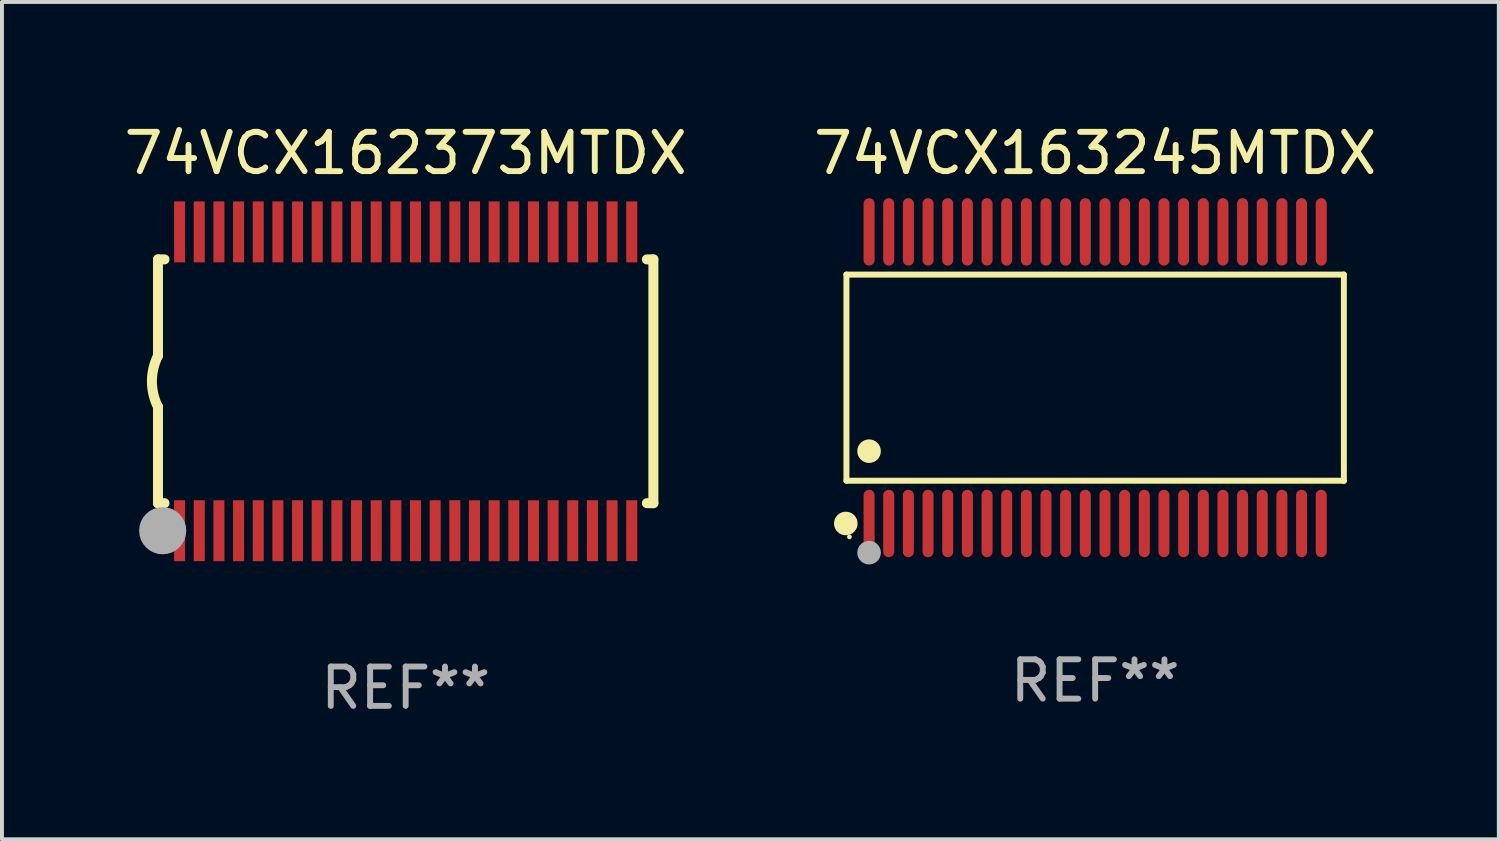
<source format=kicad_pcb>
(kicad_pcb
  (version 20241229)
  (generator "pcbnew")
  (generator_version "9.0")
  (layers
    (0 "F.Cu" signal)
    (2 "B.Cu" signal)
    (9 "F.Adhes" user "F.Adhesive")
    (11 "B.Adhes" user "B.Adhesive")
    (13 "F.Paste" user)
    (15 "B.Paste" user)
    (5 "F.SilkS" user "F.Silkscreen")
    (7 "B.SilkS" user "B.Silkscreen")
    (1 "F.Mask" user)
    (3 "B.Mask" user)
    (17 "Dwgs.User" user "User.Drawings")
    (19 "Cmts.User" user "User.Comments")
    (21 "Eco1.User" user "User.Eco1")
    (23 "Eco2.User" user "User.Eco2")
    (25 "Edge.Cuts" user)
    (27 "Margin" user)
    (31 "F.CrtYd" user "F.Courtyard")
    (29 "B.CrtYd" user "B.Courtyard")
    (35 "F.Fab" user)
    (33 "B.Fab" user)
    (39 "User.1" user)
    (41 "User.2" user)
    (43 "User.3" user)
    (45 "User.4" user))
  (footprint "74VCX162373MTDX"
    (layer "F.Cu")
    (at 7.268 6.648)
    (property "Reference" "74VCX162373MTDX" (at 0 -5.8 0) (layer "F.SilkS") (effects (font (size 1 1) (thickness 0.15))))
    (attr through_hole)
    (fp_line (start -6.3 -3.1) (end -6.3 -0.65) (stroke (width 0.254) (type solid)) (layer "F.SilkS"))
    (fp_line (start -6.3 -3.1) (end -6.134 -3.1) (stroke (width 0.254) (type solid)) (layer "F.SilkS"))
    (fp_line (start -6.3 3.1) (end -6.3 0.65) (stroke (width 0.254) (type solid)) (layer "F.SilkS"))
    (fp_line (start -6.3 3.1) (end -6.134 3.1) (stroke (width 0.254) (type solid)) (layer "F.SilkS"))
    (fp_line (start 6.134 -3.1) (end 6.3 -3.1) (stroke (width 0.254) (type solid)) (layer "F.SilkS"))
    (fp_line (start 6.134 3.1) (end 6.3 3.1) (stroke (width 0.254) (type solid)) (layer "F.SilkS"))
    (fp_line (start 6.3 -3.1) (end 6.3 3.1) (stroke (width 0.254) (type solid)) (layer "F.SilkS"))
    (fp_arc (start -6.301016 0.650114) (mid -6.45413 -0.000082) (end -6.3 -0.650038) (stroke (width 0.254001) (type solid)) (layer "F.SilkS"))
    (fp_circle (center -6.35 3.81) (end -6.223 3.81) (stroke (width 0.254) (type solid)) (fill no) (layer "F.SilkS"))
    (fp_circle (center -6.25 4.05) (end -6.22 4.05) (stroke (width 0.06) (type solid)) (fill no) (layer "F.SilkS"))
    (fp_circle (center -6.18 3.8) (end -5.88 3.8) (stroke (width 0.6) (type solid)) (fill no) (layer "F.Fab"))
    (fp_text user "REF**" (at 0 7.8 0) (layer "F.Fab") (effects (font (size 1 1) (thickness 0.15))))
    (pad "1" smd rect (at -5.75 3.8) (size 0.28 1.55) (layers "F.Cu" "F.Mask" "F.Paste"))
    (pad "2" smd rect (at -5.25 3.8) (size 0.28 1.55) (layers "F.Cu" "F.Mask" "F.Paste"))
    (pad "3" smd rect (at -4.75 3.8) (size 0.28 1.55) (layers "F.Cu" "F.Mask" "F.Paste"))
    (pad "4" smd rect (at -4.25 3.8) (size 0.28 1.55) (layers "F.Cu" "F.Mask" "F.Paste"))
    (pad "5" smd rect (at -3.75 3.8) (size 0.28 1.55) (layers "F.Cu" "F.Mask" "F.Paste"))
    (pad "6" smd rect (at -3.25 3.8) (size 0.28 1.55) (layers "F.Cu" "F.Mask" "F.Paste"))
    (pad "7" smd rect (at -2.75 3.8) (size 0.28 1.55) (layers "F.Cu" "F.Mask" "F.Paste"))
    (pad "8" smd rect (at -2.25 3.8) (size 0.28 1.55) (layers "F.Cu" "F.Mask" "F.Paste"))
    (pad "9" smd rect (at -1.75 3.8) (size 0.28 1.55) (layers "F.Cu" "F.Mask" "F.Paste"))
    (pad "10" smd rect (at -1.25 3.8) (size 0.28 1.55) (layers "F.Cu" "F.Mask" "F.Paste"))
    (pad "11" smd rect (at -0.75 3.8) (size 0.28 1.55) (layers "F.Cu" "F.Mask" "F.Paste"))
    (pad "12" smd rect (at -0.25 3.8) (size 0.28 1.55) (layers "F.Cu" "F.Mask" "F.Paste"))
    (pad "13" smd rect (at 0.25 3.8) (size 0.28 1.55) (layers "F.Cu" "F.Mask" "F.Paste"))
    (pad "14" smd rect (at 0.75 3.8) (size 0.28 1.55) (layers "F.Cu" "F.Mask" "F.Paste"))
    (pad "15" smd rect (at 1.25 3.8) (size 0.28 1.55) (layers "F.Cu" "F.Mask" "F.Paste"))
    (pad "16" smd rect (at 1.75 3.8) (size 0.28 1.55) (layers "F.Cu" "F.Mask" "F.Paste"))
    (pad "17" smd rect (at 2.25 3.8) (size 0.28 1.55) (layers "F.Cu" "F.Mask" "F.Paste"))
    (pad "18" smd rect (at 2.75 3.8) (size 0.28 1.55) (layers "F.Cu" "F.Mask" "F.Paste"))
    (pad "19" smd rect (at 3.25 3.8) (size 0.28 1.55) (layers "F.Cu" "F.Mask" "F.Paste"))
    (pad "20" smd rect (at 3.75 3.8) (size 0.28 1.55) (layers "F.Cu" "F.Mask" "F.Paste"))
    (pad "21" smd rect (at 4.25 3.8) (size 0.28 1.55) (layers "F.Cu" "F.Mask" "F.Paste"))
    (pad "22" smd rect (at 4.75 3.8) (size 0.28 1.55) (layers "F.Cu" "F.Mask" "F.Paste"))
    (pad "23" smd rect (at 5.25 3.8) (size 0.28 1.55) (layers "F.Cu" "F.Mask" "F.Paste"))
    (pad "24" smd rect (at 5.75 3.8) (size 0.28 1.55) (layers "F.Cu" "F.Mask" "F.Paste"))
    (pad "25" smd rect (at 5.75 -3.8) (size 0.28 1.55) (layers "F.Cu" "F.Mask" "F.Paste"))
    (pad "26" smd rect (at 5.25 -3.8) (size 0.28 1.55) (layers "F.Cu" "F.Mask" "F.Paste"))
    (pad "27" smd rect (at 4.75 -3.8) (size 0.28 1.55) (layers "F.Cu" "F.Mask" "F.Paste"))
    (pad "28" smd rect (at 4.25 -3.8) (size 0.28 1.55) (layers "F.Cu" "F.Mask" "F.Paste"))
    (pad "29" smd rect (at 3.75 -3.8) (size 0.28 1.55) (layers "F.Cu" "F.Mask" "F.Paste"))
    (pad "30" smd rect (at 3.25 -3.8) (size 0.28 1.55) (layers "F.Cu" "F.Mask" "F.Paste"))
    (pad "31" smd rect (at 2.75 -3.8) (size 0.28 1.55) (layers "F.Cu" "F.Mask" "F.Paste"))
    (pad "32" smd rect (at 2.25 -3.8) (size 0.28 1.55) (layers "F.Cu" "F.Mask" "F.Paste"))
    (pad "33" smd rect (at 1.75 -3.8) (size 0.28 1.55) (layers "F.Cu" "F.Mask" "F.Paste"))
    (pad "34" smd rect (at 1.25 -3.8) (size 0.28 1.55) (layers "F.Cu" "F.Mask" "F.Paste"))
    (pad "35" smd rect (at 0.75 -3.8) (size 0.28 1.55) (layers "F.Cu" "F.Mask" "F.Paste"))
    (pad "36" smd rect (at 0.25 -3.8) (size 0.28 1.55) (layers "F.Cu" "F.Mask" "F.Paste"))
    (pad "37" smd rect (at -0.25 -3.8) (size 0.28 1.55) (layers "F.Cu" "F.Mask" "F.Paste"))
    (pad "38" smd rect (at -0.75 -3.8) (size 0.28 1.55) (layers "F.Cu" "F.Mask" "F.Paste"))
    (pad "39" smd rect (at -1.25 -3.8) (size 0.28 1.55) (layers "F.Cu" "F.Mask" "F.Paste"))
    (pad "40" smd rect (at -1.75 -3.8) (size 0.28 1.55) (layers "F.Cu" "F.Mask" "F.Paste"))
    (pad "41" smd rect (at -2.25 -3.8) (size 0.28 1.55) (layers "F.Cu" "F.Mask" "F.Paste"))
    (pad "42" smd rect (at -2.75 -3.8) (size 0.28 1.55) (layers "F.Cu" "F.Mask" "F.Paste"))
    (pad "43" smd rect (at -3.25 -3.8) (size 0.28 1.55) (layers "F.Cu" "F.Mask" "F.Paste"))
    (pad "44" smd rect (at -3.75 -3.8) (size 0.28 1.55) (layers "F.Cu" "F.Mask" "F.Paste"))
    (pad "45" smd rect (at -4.25 -3.8) (size 0.28 1.55) (layers "F.Cu" "F.Mask" "F.Paste"))
    (pad "46" smd rect (at -4.75 -3.8) (size 0.28 1.55) (layers "F.Cu" "F.Mask" "F.Paste"))
    (pad "47" smd rect (at -5.25 -3.8) (size 0.28 1.55) (layers "F.Cu" "F.Mask" "F.Paste"))
    (pad "48" smd rect (at -5.75 -3.8) (size 0.28 1.55) (layers "F.Cu" "F.Mask" "F.Paste")))
  (footprint "74VCX163245MTDX"
    (layer "F.Cu")
    (at 24.804 6.556)
    (property "Reference" "74VCX163245MTDX" (at 0 -5.708 0) (layer "F.SilkS") (effects (font (size 1 1) (thickness 0.15))))
    (attr through_hole)
    (fp_line (start -6.326 -2.622) (end 6.326 -2.622) (stroke (width 0.152) (type solid)) (layer "F.SilkS"))
    (fp_line (start -6.326 2.621) (end -6.326 -2.622) (stroke (width 0.152) (type solid)) (layer "F.SilkS"))
    (fp_line (start 6.326 -2.622) (end 6.326 2.621) (stroke (width 0.152) (type solid)) (layer "F.SilkS"))
    (fp_line (start 6.326 2.621) (end -6.326 2.621) (stroke (width 0.152) (type solid)) (layer "F.SilkS"))
    (fp_circle (center -6.342 3.708) (end -6.192 3.708) (stroke (width 0.3) (type solid)) (fill no) (layer "F.SilkS"))
    (fp_circle (center -6.25 4.05) (end -6.22 4.05) (stroke (width 0.06) (type solid)) (fill no) (layer "F.SilkS"))
    (fp_circle (center -5.75 1.869) (end -5.6 1.869) (stroke (width 0.3) (type solid)) (fill no) (layer "F.SilkS"))
    (fp_circle (center -5.75 4.45) (end -5.6 4.45) (stroke (width 0.3) (type solid)) (fill no) (layer "F.Fab"))
    (fp_text user "REF**" (at 0 7.708 0) (layer "F.Fab") (effects (font (size 1 1) (thickness 0.15))))
    (pad "1" smd oval (at -5.75 3.708) (size 0.28 1.715) (layers "F.Cu" "F.Mask" "F.Paste"))
    (pad "2" smd oval (at -5.25 3.708) (size 0.28 1.715) (layers "F.Cu" "F.Mask" "F.Paste"))
    (pad "3" smd oval (at -4.75 3.708) (size 0.28 1.715) (layers "F.Cu" "F.Mask" "F.Paste"))
    (pad "4" smd oval (at -4.25 3.708) (size 0.28 1.715) (layers "F.Cu" "F.Mask" "F.Paste"))
    (pad "5" smd oval (at -3.75 3.708) (size 0.28 1.715) (layers "F.Cu" "F.Mask" "F.Paste"))
    (pad "6" smd oval (at -3.25 3.708) (size 0.28 1.715) (layers "F.Cu" "F.Mask" "F.Paste"))
    (pad "7" smd oval (at -2.75 3.708) (size 0.28 1.715) (layers "F.Cu" "F.Mask" "F.Paste"))
    (pad "8" smd oval (at -2.25 3.708) (size 0.28 1.715) (layers "F.Cu" "F.Mask" "F.Paste"))
    (pad "9" smd oval (at -1.75 3.708) (size 0.28 1.715) (layers "F.Cu" "F.Mask" "F.Paste"))
    (pad "10" smd oval (at -1.25 3.708) (size 0.28 1.715) (layers "F.Cu" "F.Mask" "F.Paste"))
    (pad "11" smd oval (at -0.75 3.708) (size 0.28 1.715) (layers "F.Cu" "F.Mask" "F.Paste"))
    (pad "12" smd oval (at -0.25 3.708) (size 0.28 1.715) (layers "F.Cu" "F.Mask" "F.Paste"))
    (pad "13" smd oval (at 0.25 3.708) (size 0.28 1.715) (layers "F.Cu" "F.Mask" "F.Paste"))
    (pad "14" smd oval (at 0.75 3.708) (size 0.28 1.715) (layers "F.Cu" "F.Mask" "F.Paste"))
    (pad "15" smd oval (at 1.25 3.708) (size 0.28 1.715) (layers "F.Cu" "F.Mask" "F.Paste"))
    (pad "16" smd oval (at 1.75 3.708) (size 0.28 1.715) (layers "F.Cu" "F.Mask" "F.Paste"))
    (pad "17" smd oval (at 2.25 3.708) (size 0.28 1.715) (layers "F.Cu" "F.Mask" "F.Paste"))
    (pad "18" smd oval (at 2.75 3.708) (size 0.28 1.715) (layers "F.Cu" "F.Mask" "F.Paste"))
    (pad "19" smd oval (at 3.25 3.708) (size 0.28 1.715) (layers "F.Cu" "F.Mask" "F.Paste"))
    (pad "20" smd oval (at 3.75 3.708) (size 0.28 1.715) (layers "F.Cu" "F.Mask" "F.Paste"))
    (pad "21" smd oval (at 4.25 3.708) (size 0.28 1.715) (layers "F.Cu" "F.Mask" "F.Paste"))
    (pad "22" smd oval (at 4.75 3.708) (size 0.28 1.715) (layers "F.Cu" "F.Mask" "F.Paste"))
    (pad "23" smd oval (at 5.25 3.708) (size 0.28 1.715) (layers "F.Cu" "F.Mask" "F.Paste"))
    (pad "24" smd oval (at 5.75 3.708) (size 0.28 1.715) (layers "F.Cu" "F.Mask" "F.Paste"))
    (pad "25" smd oval (at 5.75 -3.708) (size 0.28 1.715) (layers "F.Cu" "F.Mask" "F.Paste"))
    (pad "26" smd oval (at 5.25 -3.708) (size 0.28 1.715) (layers "F.Cu" "F.Mask" "F.Paste"))
    (pad "27" smd oval (at 4.75 -3.708) (size 0.28 1.715) (layers "F.Cu" "F.Mask" "F.Paste"))
    (pad "28" smd oval (at 4.25 -3.708) (size 0.28 1.715) (layers "F.Cu" "F.Mask" "F.Paste"))
    (pad "29" smd oval (at 3.75 -3.708) (size 0.28 1.715) (layers "F.Cu" "F.Mask" "F.Paste"))
    (pad "30" smd oval (at 3.25 -3.708) (size 0.28 1.715) (layers "F.Cu" "F.Mask" "F.Paste"))
    (pad "31" smd oval (at 2.75 -3.708) (size 0.28 1.715) (layers "F.Cu" "F.Mask" "F.Paste"))
    (pad "32" smd oval (at 2.25 -3.708) (size 0.28 1.715) (layers "F.Cu" "F.Mask" "F.Paste"))
    (pad "33" smd oval (at 1.75 -3.708) (size 0.28 1.715) (layers "F.Cu" "F.Mask" "F.Paste"))
    (pad "34" smd oval (at 1.25 -3.708) (size 0.28 1.715) (layers "F.Cu" "F.Mask" "F.Paste"))
    (pad "35" smd oval (at 0.75 -3.708) (size 0.28 1.715) (layers "F.Cu" "F.Mask" "F.Paste"))
    (pad "36" smd oval (at 0.25 -3.708) (size 0.28 1.715) (layers "F.Cu" "F.Mask" "F.Paste"))
    (pad "37" smd oval (at -0.25 -3.708) (size 0.28 1.715) (layers "F.Cu" "F.Mask" "F.Paste"))
    (pad "38" smd oval (at -0.75 -3.708) (size 0.28 1.715) (layers "F.Cu" "F.Mask" "F.Paste"))
    (pad "39" smd oval (at -1.25 -3.708) (size 0.28 1.715) (layers "F.Cu" "F.Mask" "F.Paste"))
    (pad "40" smd oval (at -1.75 -3.708) (size 0.28 1.715) (layers "F.Cu" "F.Mask" "F.Paste"))
    (pad "41" smd oval (at -2.25 -3.708) (size 0.28 1.715) (layers "F.Cu" "F.Mask" "F.Paste"))
    (pad "42" smd oval (at -2.75 -3.708) (size 0.28 1.715) (layers "F.Cu" "F.Mask" "F.Paste"))
    (pad "43" smd oval (at -3.25 -3.708) (size 0.28 1.715) (layers "F.Cu" "F.Mask" "F.Paste"))
    (pad "44" smd oval (at -3.75 -3.708) (size 0.28 1.715) (layers "F.Cu" "F.Mask" "F.Paste"))
    (pad "45" smd oval (at -4.25 -3.708) (size 0.28 1.715) (layers "F.Cu" "F.Mask" "F.Paste"))
    (pad "46" smd oval (at -4.75 -3.708) (size 0.28 1.715) (layers "F.Cu" "F.Mask" "F.Paste"))
    (pad "47" smd oval (at -5.25 -3.708) (size 0.28 1.715) (layers "F.Cu" "F.Mask" "F.Paste"))
    (pad "48" smd oval (at -5.75 -3.708) (size 0.28 1.715) (layers "F.Cu" "F.Mask" "F.Paste")))
  (gr_rect
    (start -3 -3)
    (end 35.071 18.296)
    (stroke (width 0.1) (type default))
    (fill no)
    (layer "Edge.Cuts")))
</source>
